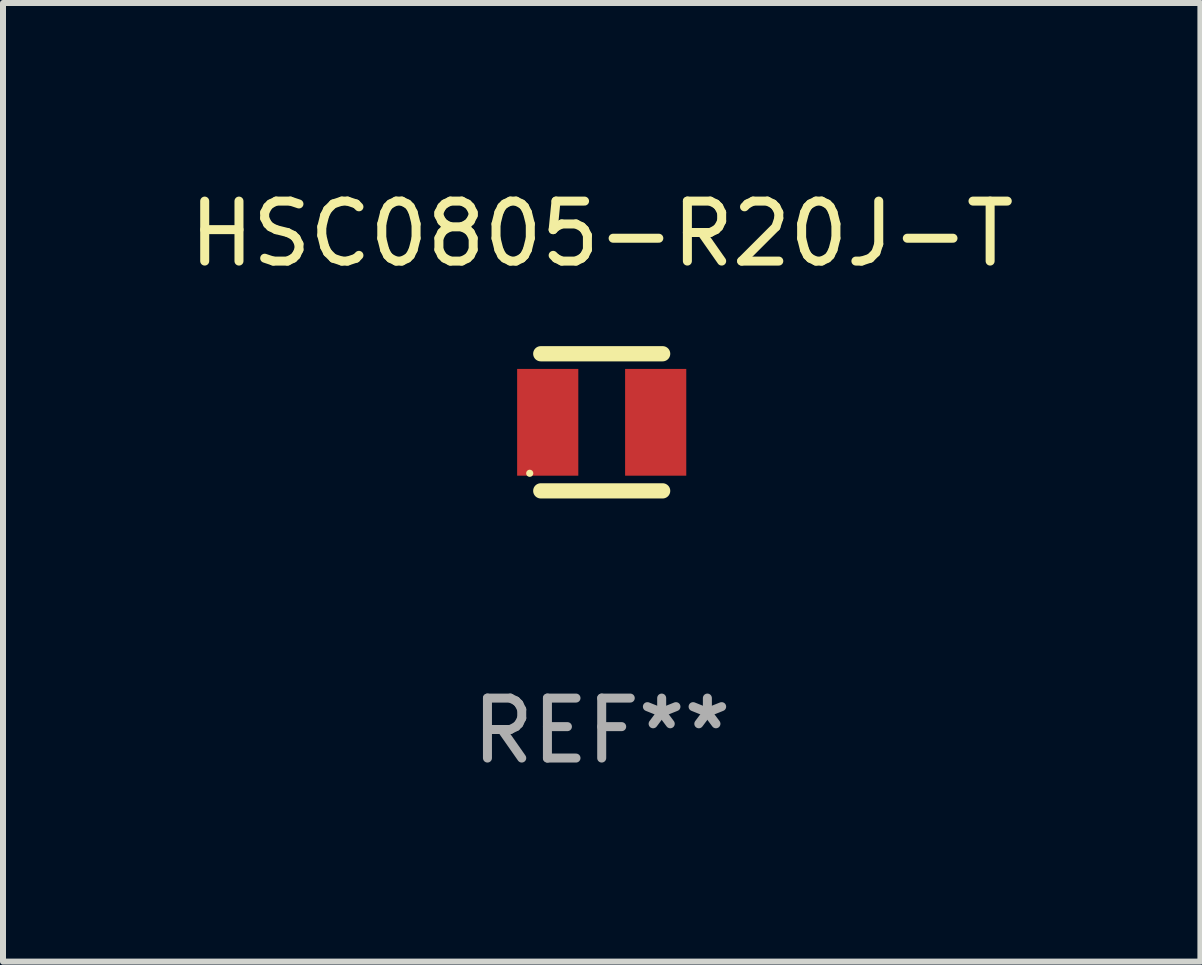
<source format=kicad_pcb>
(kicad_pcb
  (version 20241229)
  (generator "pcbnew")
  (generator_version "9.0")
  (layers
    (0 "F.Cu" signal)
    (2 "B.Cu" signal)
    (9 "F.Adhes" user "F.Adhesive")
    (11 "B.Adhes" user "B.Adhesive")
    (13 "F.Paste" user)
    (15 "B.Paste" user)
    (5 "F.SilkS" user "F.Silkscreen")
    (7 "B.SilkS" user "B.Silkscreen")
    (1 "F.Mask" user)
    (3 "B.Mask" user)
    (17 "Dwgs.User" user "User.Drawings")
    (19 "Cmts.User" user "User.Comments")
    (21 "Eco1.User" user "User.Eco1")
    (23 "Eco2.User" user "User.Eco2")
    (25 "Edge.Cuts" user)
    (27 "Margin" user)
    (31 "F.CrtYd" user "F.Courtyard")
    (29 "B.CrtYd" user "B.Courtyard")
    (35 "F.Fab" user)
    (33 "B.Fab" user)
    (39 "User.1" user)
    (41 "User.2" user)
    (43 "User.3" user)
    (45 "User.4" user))
  (footprint "HSC0805-R20J-T"
    (layer "F.Cu")
    (at 6.982 3.991)
    (property "Reference" "HSC0805-R20J-T" (at 0 -3.143 0) (layer "F.SilkS") (effects (font (size 1 1) (thickness 0.15))))
    (attr through_hole)
    (fp_line (start -1.016 -1.143) (end 1.016 -1.143) (stroke (width 0.254) (type solid)) (layer "F.SilkS"))
    (fp_line (start -1.016 1.143) (end 1.016 1.143) (stroke (width 0.254) (type solid)) (layer "F.SilkS"))
    (fp_circle (center -1.2 0.85) (end -1.17 0.85) (stroke (width 0.06) (type solid)) (fill no) (layer "F.SilkS"))
    (fp_text user "REF**" (at 0 5.143 0) (layer "F.Fab") (effects (font (size 1 1) (thickness 0.15))))
    (pad "1" smd rect (at -0.9 0) (size 1.02 1.78) (layers "F.Cu" "F.Mask" "F.Paste"))
    (pad "2" smd rect (at 0.9 0) (size 1.02 1.78) (layers "F.Cu" "F.Mask" "F.Paste")))
  (gr_rect
    (start -3 -3)
    (end 16.964 12.983)
    (stroke (width 0.1) (type default))
    (fill no)
    (layer "Edge.Cuts")))
</source>
